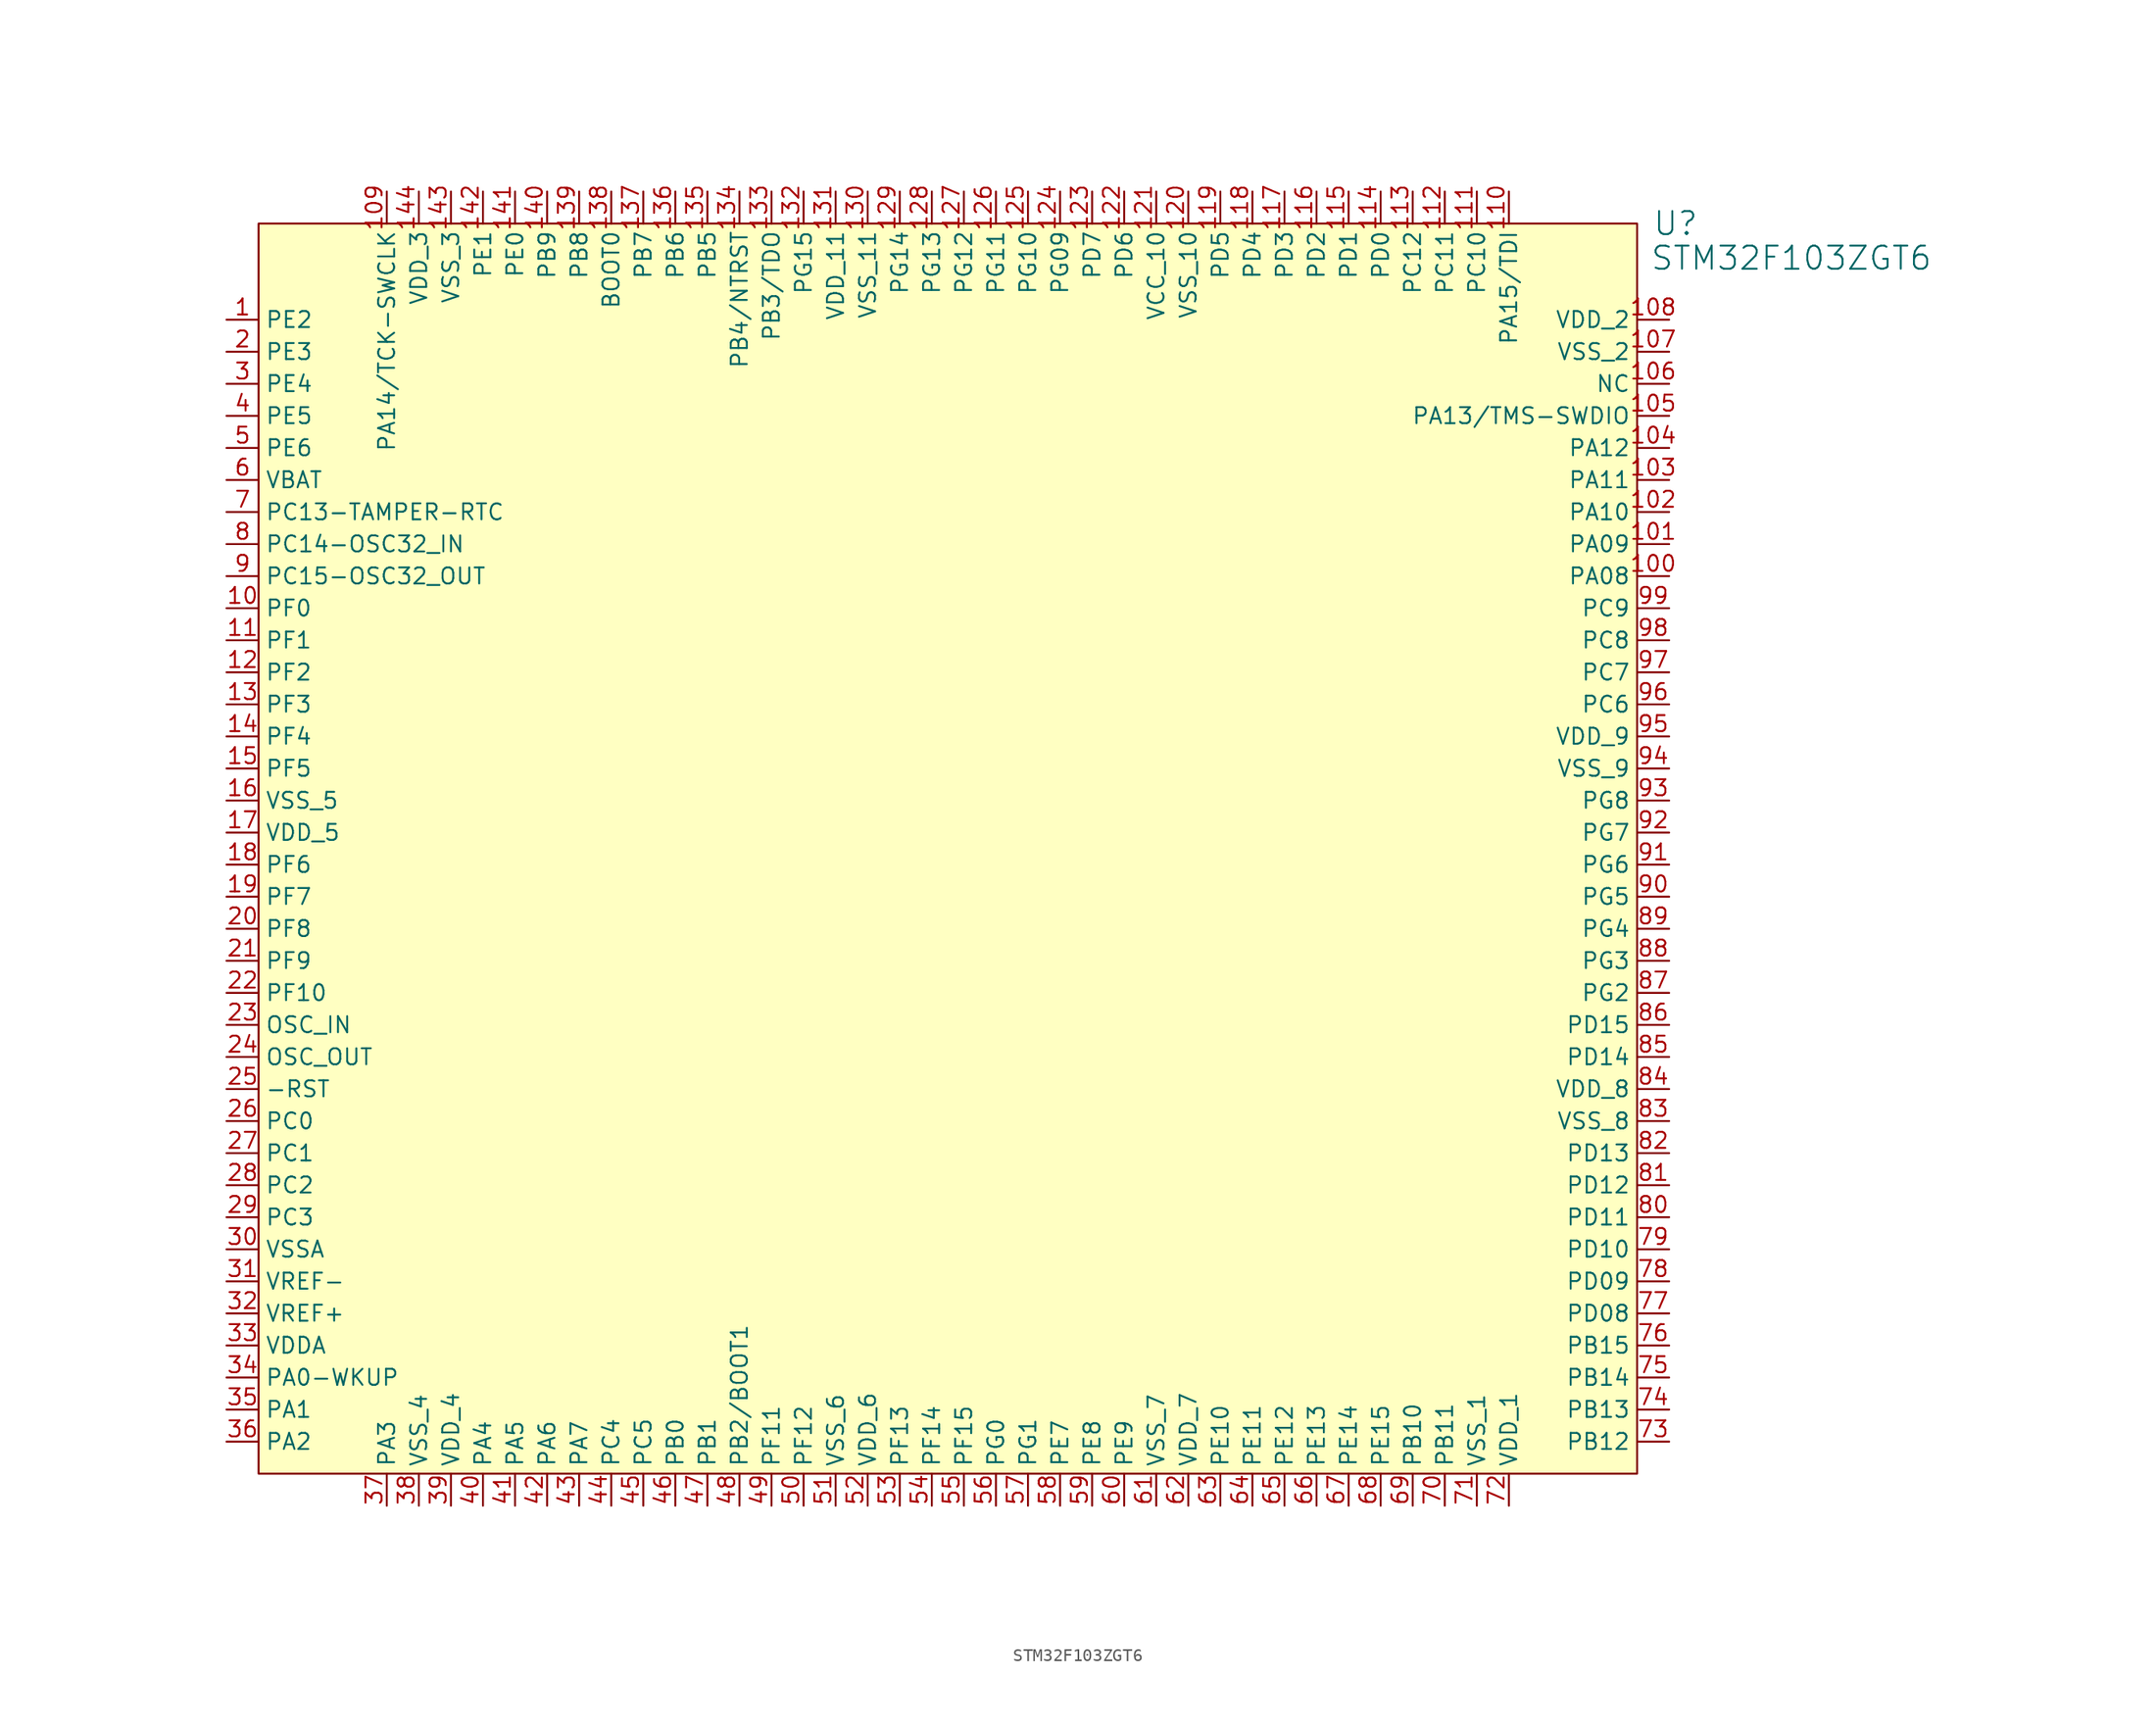
<source format=kicad_sym>
(kicad_symbol_lib
  (version 20241209)
  (generator "kicad_symbol_editor")
  (generator_version "9.0")
  (symbol "STM32F103ZGT6"
    (property "Reference" "U"
      (at 112.268 -7.62 0)
      (effects (font (size 1.829 1.829))))
    (property "Value" "STM32F103ZGT6"
      (at 110.236 -11.43 0)
      (effects (font (size 1.829 1.829)) (justify left bottom)))
    (symbol "STM32F103ZGT6_1_0"
      (rectangle (start 109.22 -7.62) (end 0 -106.68) (stroke (width 0) (type solid) (color 128 0 0 1)) (fill (type background)))
      (pin passive line (at -2.54 -15.24 0) (length 2.54) (name "PE2" (effects (font (size 1.27 1.27)))) (number "1" (effects (font (size 1.27 1.27)))))
      (pin passive line (at -2.54 -17.78 0) (length 2.54) (name "PE3" (effects (font (size 1.27 1.27)))) (number "2" (effects (font (size 1.27 1.27)))))
      (pin passive line (at -2.54 -20.32 0) (length 2.54) (name "PE4" (effects (font (size 1.27 1.27)))) (number "3" (effects (font (size 1.27 1.27)))))
      (pin passive line (at -2.54 -22.86 0) (length 2.54) (name "PE5" (effects (font (size 1.27 1.27)))) (number "4" (effects (font (size 1.27 1.27)))))
      (pin passive line (at -2.54 -25.4 0) (length 2.54) (name "PE6" (effects (font (size 1.27 1.27)))) (number "5" (effects (font (size 1.27 1.27)))))
      (pin passive line (at -2.54 -27.94 0) (length 2.54) (name "VBAT" (effects (font (size 1.27 1.27)))) (number "6" (effects (font (size 1.27 1.27)))))
      (pin passive line (at -2.54 -30.48 0) (length 2.54) (name "PC13-TAMPER-RTC" (effects (font (size 1.27 1.27)))) (number "7" (effects (font (size 1.27 1.27)))))
      (pin passive line (at -2.54 -33.02 0) (length 2.54) (name "PC14-OSC32_IN" (effects (font (size 1.27 1.27)))) (number "8" (effects (font (size 1.27 1.27)))))
      (pin passive line (at -2.54 -35.56 0) (length 2.54) (name "PC15-OSC32_OUT" (effects (font (size 1.27 1.27)))) (number "9" (effects (font (size 1.27 1.27)))))
      (pin passive line (at -2.54 -38.1 0) (length 2.54) (name "PF0" (effects (font (size 1.27 1.27)))) (number "10" (effects (font (size 1.27 1.27)))))
      (pin passive line (at -2.54 -40.64 0) (length 2.54) (name "PF1" (effects (font (size 1.27 1.27)))) (number "11" (effects (font (size 1.27 1.27)))))
      (pin passive line (at -2.54 -43.18 0) (length 2.54) (name "PF2" (effects (font (size 1.27 1.27)))) (number "12" (effects (font (size 1.27 1.27)))))
      (pin passive line (at -2.54 -45.72 0) (length 2.54) (name "PF3" (effects (font (size 1.27 1.27)))) (number "13" (effects (font (size 1.27 1.27)))))
      (pin passive line (at -2.54 -48.26 0) (length 2.54) (name "PF4" (effects (font (size 1.27 1.27)))) (number "14" (effects (font (size 1.27 1.27)))))
      (pin passive line (at -2.54 -50.8 0) (length 2.54) (name "PF5" (effects (font (size 1.27 1.27)))) (number "15" (effects (font (size 1.27 1.27)))))
      (pin passive line (at -2.54 -53.34 0) (length 2.54) (name "VSS_5" (effects (font (size 1.27 1.27)))) (number "16" (effects (font (size 1.27 1.27)))))
      (pin passive line (at -2.54 -55.88 0) (length 2.54) (name "VDD_5" (effects (font (size 1.27 1.27)))) (number "17" (effects (font (size 1.27 1.27)))))
      (pin passive line (at -2.54 -58.42 0) (length 2.54) (name "PF6" (effects (font (size 1.27 1.27)))) (number "18" (effects (font (size 1.27 1.27)))))
      (pin passive line (at -2.54 -60.96 0) (length 2.54) (name "PF7" (effects (font (size 1.27 1.27)))) (number "19" (effects (font (size 1.27 1.27)))))
      (pin passive line (at -2.54 -63.5 0) (length 2.54) (name "PF8" (effects (font (size 1.27 1.27)))) (number "20" (effects (font (size 1.27 1.27)))))
      (pin passive line (at -2.54 -66.04 0) (length 2.54) (name "PF9" (effects (font (size 1.27 1.27)))) (number "21" (effects (font (size 1.27 1.27)))))
      (pin passive line (at -2.54 -68.58 0) (length 2.54) (name "PF10" (effects (font (size 1.27 1.27)))) (number "22" (effects (font (size 1.27 1.27)))))
      (pin passive line (at -2.54 -71.12 0) (length 2.54) (name "OSC_IN" (effects (font (size 1.27 1.27)))) (number "23" (effects (font (size 1.27 1.27)))))
      (pin passive line (at -2.54 -73.66 0) (length 2.54) (name "OSC_OUT" (effects (font (size 1.27 1.27)))) (number "24" (effects (font (size 1.27 1.27)))))
      (pin passive line (at -2.54 -76.2 0) (length 2.54) (name "-RST" (effects (font (size 1.27 1.27)))) (number "25" (effects (font (size 1.27 1.27)))))
      (pin passive line (at -2.54 -78.74 0) (length 2.54) (name "PC0" (effects (font (size 1.27 1.27)))) (number "26" (effects (font (size 1.27 1.27)))))
      (pin passive line (at -2.54 -81.28 0) (length 2.54) (name "PC1" (effects (font (size 1.27 1.27)))) (number "27" (effects (font (size 1.27 1.27)))))
      (pin passive line (at -2.54 -83.82 0) (length 2.54) (name "PC2" (effects (font (size 1.27 1.27)))) (number "28" (effects (font (size 1.27 1.27)))))
      (pin passive line (at -2.54 -86.36 0) (length 2.54) (name "PC3" (effects (font (size 1.27 1.27)))) (number "29" (effects (font (size 1.27 1.27)))))
      (pin passive line (at -2.54 -88.9 0) (length 2.54) (name "VSSA" (effects (font (size 1.27 1.27)))) (number "30" (effects (font (size 1.27 1.27)))))
      (pin passive line (at -2.54 -91.44 0) (length 2.54) (name "VREF-" (effects (font (size 1.27 1.27)))) (number "31" (effects (font (size 1.27 1.27)))))
      (pin passive line (at -2.54 -93.98 0) (length 2.54) (name "VREF+" (effects (font (size 1.27 1.27)))) (number "32" (effects (font (size 1.27 1.27)))))
      (pin passive line (at -2.54 -96.52 0) (length 2.54) (name "VDDA" (effects (font (size 1.27 1.27)))) (number "33" (effects (font (size 1.27 1.27)))))
      (pin passive line (at -2.54 -99.06 0) (length 2.54) (name "PA0-WKUP" (effects (font (size 1.27 1.27)))) (number "34" (effects (font (size 1.27 1.27)))))
      (pin passive line (at -2.54 -101.6 0) (length 2.54) (name "PA1" (effects (font (size 1.27 1.27)))) (number "35" (effects (font (size 1.27 1.27)))))
      (pin passive line (at -2.54 -104.14 0) (length 2.54) (name "PA2" (effects (font (size 1.27 1.27)))) (number "36" (effects (font (size 1.27 1.27)))))
      (pin passive line (at 10.16 -5.08 270) (length 2.54) (name "PA14/TCK-SWCLK" (effects (font (size 1.27 1.27)))) (number "109" (effects (font (size 1.27 1.27)))))
      (pin passive line (at 10.16 -109.22 90) (length 2.54) (name "PA3" (effects (font (size 1.27 1.27)))) (number "37" (effects (font (size 1.27 1.27)))))
      (pin passive line (at 12.7 -5.08 270) (length 2.54) (name "VDD_3" (effects (font (size 1.27 1.27)))) (number "144" (effects (font (size 1.27 1.27)))))
      (pin passive line (at 12.7 -109.22 90) (length 2.54) (name "VSS_4" (effects (font (size 1.27 1.27)))) (number "38" (effects (font (size 1.27 1.27)))))
      (pin passive line (at 15.24 -5.08 270) (length 2.54) (name "VSS_3" (effects (font (size 1.27 1.27)))) (number "143" (effects (font (size 1.27 1.27)))))
      (pin passive line (at 15.24 -109.22 90) (length 2.54) (name "VDD_4" (effects (font (size 1.27 1.27)))) (number "39" (effects (font (size 1.27 1.27)))))
      (pin passive line (at 17.78 -5.08 270) (length 2.54) (name "PE1" (effects (font (size 1.27 1.27)))) (number "142" (effects (font (size 1.27 1.27)))))
      (pin passive line (at 17.78 -109.22 90) (length 2.54) (name "PA4" (effects (font (size 1.27 1.27)))) (number "40" (effects (font (size 1.27 1.27)))))
      (pin passive line (at 20.32 -5.08 270) (length 2.54) (name "PE0" (effects (font (size 1.27 1.27)))) (number "141" (effects (font (size 1.27 1.27)))))
      (pin passive line (at 20.32 -109.22 90) (length 2.54) (name "PA5" (effects (font (size 1.27 1.27)))) (number "41" (effects (font (size 1.27 1.27)))))
      (pin passive line (at 22.86 -5.08 270) (length 2.54) (name "PB9" (effects (font (size 1.27 1.27)))) (number "140" (effects (font (size 1.27 1.27)))))
      (pin passive line (at 22.86 -109.22 90) (length 2.54) (name "PA6" (effects (font (size 1.27 1.27)))) (number "42" (effects (font (size 1.27 1.27)))))
      (pin passive line (at 25.4 -5.08 270) (length 2.54) (name "PB8" (effects (font (size 1.27 1.27)))) (number "139" (effects (font (size 1.27 1.27)))))
      (pin passive line (at 25.4 -109.22 90) (length 2.54) (name "PA7" (effects (font (size 1.27 1.27)))) (number "43" (effects (font (size 1.27 1.27)))))
      (pin passive line (at 27.94 -5.08 270) (length 2.54) (name "BOOT0" (effects (font (size 1.27 1.27)))) (number "138" (effects (font (size 1.27 1.27)))))
      (pin passive line (at 27.94 -109.22 90) (length 2.54) (name "PC4" (effects (font (size 1.27 1.27)))) (number "44" (effects (font (size 1.27 1.27)))))
      (pin passive line (at 30.48 -5.08 270) (length 2.54) (name "PB7" (effects (font (size 1.27 1.27)))) (number "137" (effects (font (size 1.27 1.27)))))
      (pin passive line (at 30.48 -109.22 90) (length 2.54) (name "PC5" (effects (font (size 1.27 1.27)))) (number "45" (effects (font (size 1.27 1.27)))))
      (pin passive line (at 33.02 -5.08 270) (length 2.54) (name "PB6" (effects (font (size 1.27 1.27)))) (number "136" (effects (font (size 1.27 1.27)))))
      (pin passive line (at 33.02 -109.22 90) (length 2.54) (name "PB0" (effects (font (size 1.27 1.27)))) (number "46" (effects (font (size 1.27 1.27)))))
      (pin passive line (at 35.56 -5.08 270) (length 2.54) (name "PB5" (effects (font (size 1.27 1.27)))) (number "135" (effects (font (size 1.27 1.27)))))
      (pin passive line (at 35.56 -109.22 90) (length 2.54) (name "PB1" (effects (font (size 1.27 1.27)))) (number "47" (effects (font (size 1.27 1.27)))))
      (pin passive line (at 38.1 -5.08 270) (length 2.54) (name "PB4/NTRST" (effects (font (size 1.27 1.27)))) (number "134" (effects (font (size 1.27 1.27)))))
      (pin passive line (at 38.1 -109.22 90) (length 2.54) (name "PB2/BOOT1" (effects (font (size 1.27 1.27)))) (number "48" (effects (font (size 1.27 1.27)))))
      (pin passive line (at 40.64 -5.08 270) (length 2.54) (name "PB3/TDO" (effects (font (size 1.27 1.27)))) (number "133" (effects (font (size 1.27 1.27)))))
      (pin passive line (at 40.64 -109.22 90) (length 2.54) (name "PF11" (effects (font (size 1.27 1.27)))) (number "49" (effects (font (size 1.27 1.27)))))
      (pin passive line (at 43.18 -5.08 270) (length 2.54) (name "PG15" (effects (font (size 1.27 1.27)))) (number "132" (effects (font (size 1.27 1.27)))))
      (pin passive line (at 43.18 -109.22 90) (length 2.54) (name "PF12" (effects (font (size 1.27 1.27)))) (number "50" (effects (font (size 1.27 1.27)))))
      (pin passive line (at 45.72 -5.08 270) (length 2.54) (name "VDD_11" (effects (font (size 1.27 1.27)))) (number "131" (effects (font (size 1.27 1.27)))))
      (pin passive line (at 45.72 -109.22 90) (length 2.54) (name "VSS_6" (effects (font (size 1.27 1.27)))) (number "51" (effects (font (size 1.27 1.27)))))
      (pin passive line (at 48.26 -5.08 270) (length 2.54) (name "VSS_11" (effects (font (size 1.27 1.27)))) (number "130" (effects (font (size 1.27 1.27)))))
      (pin passive line (at 48.26 -109.22 90) (length 2.54) (name "VDD_6" (effects (font (size 1.27 1.27)))) (number "52" (effects (font (size 1.27 1.27)))))
      (pin passive line (at 50.8 -5.08 270) (length 2.54) (name "PG14" (effects (font (size 1.27 1.27)))) (number "129" (effects (font (size 1.27 1.27)))))
      (pin passive line (at 50.8 -109.22 90) (length 2.54) (name "PF13" (effects (font (size 1.27 1.27)))) (number "53" (effects (font (size 1.27 1.27)))))
      (pin passive line (at 53.34 -5.08 270) (length 2.54) (name "PG13" (effects (font (size 1.27 1.27)))) (number "128" (effects (font (size 1.27 1.27)))))
      (pin passive line (at 53.34 -109.22 90) (length 2.54) (name "PF14" (effects (font (size 1.27 1.27)))) (number "54" (effects (font (size 1.27 1.27)))))
      (pin passive line (at 55.88 -5.08 270) (length 2.54) (name "PG12" (effects (font (size 1.27 1.27)))) (number "127" (effects (font (size 1.27 1.27)))))
      (pin passive line (at 55.88 -109.22 90) (length 2.54) (name "PF15" (effects (font (size 1.27 1.27)))) (number "55" (effects (font (size 1.27 1.27)))))
      (pin passive line (at 58.42 -5.08 270) (length 2.54) (name "PG11" (effects (font (size 1.27 1.27)))) (number "126" (effects (font (size 1.27 1.27)))))
      (pin passive line (at 58.42 -109.22 90) (length 2.54) (name "PG0" (effects (font (size 1.27 1.27)))) (number "56" (effects (font (size 1.27 1.27)))))
      (pin passive line (at 60.96 -5.08 270) (length 2.54) (name "PG10" (effects (font (size 1.27 1.27)))) (number "125" (effects (font (size 1.27 1.27)))))
      (pin passive line (at 60.96 -109.22 90) (length 2.54) (name "PG1" (effects (font (size 1.27 1.27)))) (number "57" (effects (font (size 1.27 1.27)))))
      (pin passive line (at 63.5 -5.08 270) (length 2.54) (name "PG09" (effects (font (size 1.27 1.27)))) (number "124" (effects (font (size 1.27 1.27)))))
      (pin passive line (at 63.5 -109.22 90) (length 2.54) (name "PE7" (effects (font (size 1.27 1.27)))) (number "58" (effects (font (size 1.27 1.27)))))
      (pin passive line (at 66.04 -5.08 270) (length 2.54) (name "PD7" (effects (font (size 1.27 1.27)))) (number "123" (effects (font (size 1.27 1.27)))))
      (pin passive line (at 66.04 -109.22 90) (length 2.54) (name "PE8" (effects (font (size 1.27 1.27)))) (number "59" (effects (font (size 1.27 1.27)))))
      (pin passive line (at 68.58 -5.08 270) (length 2.54) (name "PD6" (effects (font (size 1.27 1.27)))) (number "122" (effects (font (size 1.27 1.27)))))
      (pin passive line (at 68.58 -109.22 90) (length 2.54) (name "PE9" (effects (font (size 1.27 1.27)))) (number "60" (effects (font (size 1.27 1.27)))))
      (pin passive line (at 71.12 -5.08 270) (length 2.54) (name "VCC_10" (effects (font (size 1.27 1.27)))) (number "121" (effects (font (size 1.27 1.27)))))
      (pin passive line (at 71.12 -109.22 90) (length 2.54) (name "VSS_7" (effects (font (size 1.27 1.27)))) (number "61" (effects (font (size 1.27 1.27)))))
      (pin passive line (at 73.66 -5.08 270) (length 2.54) (name "VSS_10" (effects (font (size 1.27 1.27)))) (number "120" (effects (font (size 1.27 1.27)))))
      (pin passive line (at 73.66 -109.22 90) (length 2.54) (name "VDD_7" (effects (font (size 1.27 1.27)))) (number "62" (effects (font (size 1.27 1.27)))))
      (pin passive line (at 76.2 -5.08 270) (length 2.54) (name "PD5" (effects (font (size 1.27 1.27)))) (number "119" (effects (font (size 1.27 1.27)))))
      (pin passive line (at 76.2 -109.22 90) (length 2.54) (name "PE10" (effects (font (size 1.27 1.27)))) (number "63" (effects (font (size 1.27 1.27)))))
      (pin passive line (at 78.74 -5.08 270) (length 2.54) (name "PD4" (effects (font (size 1.27 1.27)))) (number "118" (effects (font (size 1.27 1.27)))))
      (pin passive line (at 78.74 -109.22 90) (length 2.54) (name "PE11" (effects (font (size 1.27 1.27)))) (number "64" (effects (font (size 1.27 1.27)))))
      (pin passive line (at 81.28 -5.08 270) (length 2.54) (name "PD3" (effects (font (size 1.27 1.27)))) (number "117" (effects (font (size 1.27 1.27)))))
      (pin passive line (at 81.28 -109.22 90) (length 2.54) (name "PE12" (effects (font (size 1.27 1.27)))) (number "65" (effects (font (size 1.27 1.27)))))
      (pin passive line (at 83.82 -5.08 270) (length 2.54) (name "PD2" (effects (font (size 1.27 1.27)))) (number "116" (effects (font (size 1.27 1.27)))))
      (pin passive line (at 83.82 -109.22 90) (length 2.54) (name "PE13" (effects (font (size 1.27 1.27)))) (number "66" (effects (font (size 1.27 1.27)))))
      (pin passive line (at 86.36 -5.08 270) (length 2.54) (name "PD1" (effects (font (size 1.27 1.27)))) (number "115" (effects (font (size 1.27 1.27)))))
      (pin passive line (at 86.36 -109.22 90) (length 2.54) (name "PE14" (effects (font (size 1.27 1.27)))) (number "67" (effects (font (size 1.27 1.27)))))
      (pin passive line (at 88.9 -5.08 270) (length 2.54) (name "PD0" (effects (font (size 1.27 1.27)))) (number "114" (effects (font (size 1.27 1.27)))))
      (pin passive line (at 88.9 -109.22 90) (length 2.54) (name "PE15" (effects (font (size 1.27 1.27)))) (number "68" (effects (font (size 1.27 1.27)))))
      (pin passive line (at 91.44 -5.08 270) (length 2.54) (name "PC12" (effects (font (size 1.27 1.27)))) (number "113" (effects (font (size 1.27 1.27)))))
      (pin passive line (at 91.44 -109.22 90) (length 2.54) (name "PB10" (effects (font (size 1.27 1.27)))) (number "69" (effects (font (size 1.27 1.27)))))
      (pin passive line (at 93.98 -5.08 270) (length 2.54) (name "PC11" (effects (font (size 1.27 1.27)))) (number "112" (effects (font (size 1.27 1.27)))))
      (pin passive line (at 93.98 -109.22 90) (length 2.54) (name "PB11" (effects (font (size 1.27 1.27)))) (number "70" (effects (font (size 1.27 1.27)))))
      (pin passive line (at 96.52 -5.08 270) (length 2.54) (name "PC10" (effects (font (size 1.27 1.27)))) (number "111" (effects (font (size 1.27 1.27)))))
      (pin passive line (at 96.52 -109.22 90) (length 2.54) (name "VSS_1" (effects (font (size 1.27 1.27)))) (number "71" (effects (font (size 1.27 1.27)))))
      (pin passive line (at 99.06 -5.08 270) (length 2.54) (name "PA15/TDI" (effects (font (size 1.27 1.27)))) (number "110" (effects (font (size 1.27 1.27)))))
      (pin passive line (at 99.06 -109.22 90) (length 2.54) (name "VDD_1" (effects (font (size 1.27 1.27)))) (number "72" (effects (font (size 1.27 1.27)))))
      (pin passive line (at 111.76 -15.24 180) (length 2.54) (name "VDD_2" (effects (font (size 1.27 1.27)))) (number "108" (effects (font (size 1.27 1.27)))))
      (pin passive line (at 111.76 -17.78 180) (length 2.54) (name "VSS_2" (effects (font (size 1.27 1.27)))) (number "107" (effects (font (size 1.27 1.27)))))
      (pin passive line (at 111.76 -20.32 180) (length 2.54) (name "NC" (effects (font (size 1.27 1.27)))) (number "106" (effects (font (size 1.27 1.27)))))
      (pin passive line (at 111.76 -22.86 180) (length 2.54) (name "PA13/TMS-SWDIO" (effects (font (size 1.27 1.27)))) (number "105" (effects (font (size 1.27 1.27)))))
      (pin passive line (at 111.76 -25.4 180) (length 2.54) (name "PA12" (effects (font (size 1.27 1.27)))) (number "104" (effects (font (size 1.27 1.27)))))
      (pin passive line (at 111.76 -27.94 180) (length 2.54) (name "PA11" (effects (font (size 1.27 1.27)))) (number "103" (effects (font (size 1.27 1.27)))))
      (pin passive line (at 111.76 -30.48 180) (length 2.54) (name "PA10" (effects (font (size 1.27 1.27)))) (number "102" (effects (font (size 1.27 1.27)))))
      (pin passive line (at 111.76 -33.02 180) (length 2.54) (name "PA09" (effects (font (size 1.27 1.27)))) (number "101" (effects (font (size 1.27 1.27)))))
      (pin passive line (at 111.76 -35.56 180) (length 2.54) (name "PA08" (effects (font (size 1.27 1.27)))) (number "100" (effects (font (size 1.27 1.27)))))
      (pin passive line (at 111.76 -38.1 180) (length 2.54) (name "PC9" (effects (font (size 1.27 1.27)))) (number "99" (effects (font (size 1.27 1.27)))))
      (pin passive line (at 111.76 -40.64 180) (length 2.54) (name "PC8" (effects (font (size 1.27 1.27)))) (number "98" (effects (font (size 1.27 1.27)))))
      (pin passive line (at 111.76 -43.18 180) (length 2.54) (name "PC7" (effects (font (size 1.27 1.27)))) (number "97" (effects (font (size 1.27 1.27)))))
      (pin passive line (at 111.76 -45.72 180) (length 2.54) (name "PC6" (effects (font (size 1.27 1.27)))) (number "96" (effects (font (size 1.27 1.27)))))
      (pin passive line (at 111.76 -48.26 180) (length 2.54) (name "VDD_9" (effects (font (size 1.27 1.27)))) (number "95" (effects (font (size 1.27 1.27)))))
      (pin passive line (at 111.76 -50.8 180) (length 2.54) (name "VSS_9" (effects (font (size 1.27 1.27)))) (number "94" (effects (font (size 1.27 1.27)))))
      (pin passive line (at 111.76 -53.34 180) (length 2.54) (name "PG8" (effects (font (size 1.27 1.27)))) (number "93" (effects (font (size 1.27 1.27)))))
      (pin passive line (at 111.76 -55.88 180) (length 2.54) (name "PG7" (effects (font (size 1.27 1.27)))) (number "92" (effects (font (size 1.27 1.27)))))
      (pin passive line (at 111.76 -58.42 180) (length 2.54) (name "PG6" (effects (font (size 1.27 1.27)))) (number "91" (effects (font (size 1.27 1.27)))))
      (pin passive line (at 111.76 -60.96 180) (length 2.54) (name "PG5" (effects (font (size 1.27 1.27)))) (number "90" (effects (font (size 1.27 1.27)))))
      (pin passive line (at 111.76 -63.5 180) (length 2.54) (name "PG4" (effects (font (size 1.27 1.27)))) (number "89" (effects (font (size 1.27 1.27)))))
      (pin passive line (at 111.76 -66.04 180) (length 2.54) (name "PG3" (effects (font (size 1.27 1.27)))) (number "88" (effects (font (size 1.27 1.27)))))
      (pin passive line (at 111.76 -68.58 180) (length 2.54) (name "PG2" (effects (font (size 1.27 1.27)))) (number "87" (effects (font (size 1.27 1.27)))))
      (pin passive line (at 111.76 -71.12 180) (length 2.54) (name "PD15" (effects (font (size 1.27 1.27)))) (number "86" (effects (font (size 1.27 1.27)))))
      (pin passive line (at 111.76 -73.66 180) (length 2.54) (name "PD14" (effects (font (size 1.27 1.27)))) (number "85" (effects (font (size 1.27 1.27)))))
      (pin passive line (at 111.76 -76.2 180) (length 2.54) (name "VDD_8" (effects (font (size 1.27 1.27)))) (number "84" (effects (font (size 1.27 1.27)))))
      (pin passive line (at 111.76 -78.74 180) (length 2.54) (name "VSS_8" (effects (font (size 1.27 1.27)))) (number "83" (effects (font (size 1.27 1.27)))))
      (pin passive line (at 111.76 -81.28 180) (length 2.54) (name "PD13" (effects (font (size 1.27 1.27)))) (number "82" (effects (font (size 1.27 1.27)))))
      (pin passive line (at 111.76 -83.82 180) (length 2.54) (name "PD12" (effects (font (size 1.27 1.27)))) (number "81" (effects (font (size 1.27 1.27)))))
      (pin passive line (at 111.76 -86.36 180) (length 2.54) (name "PD11" (effects (font (size 1.27 1.27)))) (number "80" (effects (font (size 1.27 1.27)))))
      (pin passive line (at 111.76 -88.9 180) (length 2.54) (name "PD10" (effects (font (size 1.27 1.27)))) (number "79" (effects (font (size 1.27 1.27)))))
      (pin passive line (at 111.76 -91.44 180) (length 2.54) (name "PD09" (effects (font (size 1.27 1.27)))) (number "78" (effects (font (size 1.27 1.27)))))
      (pin passive line (at 111.76 -93.98 180) (length 2.54) (name "PD08" (effects (font (size 1.27 1.27)))) (number "77" (effects (font (size 1.27 1.27)))))
      (pin passive line (at 111.76 -96.52 180) (length 2.54) (name "PB15" (effects (font (size 1.27 1.27)))) (number "76" (effects (font (size 1.27 1.27)))))
      (pin passive line (at 111.76 -99.06 180) (length 2.54) (name "PB14" (effects (font (size 1.27 1.27)))) (number "75" (effects (font (size 1.27 1.27)))))
      (pin passive line (at 111.76 -101.6 180) (length 2.54) (name "PB13" (effects (font (size 1.27 1.27)))) (number "74" (effects (font (size 1.27 1.27)))))
      (pin passive line (at 111.76 -104.14 180) (length 2.54) (name "PB12" (effects (font (size 1.27 1.27)))) (number "73" (effects (font (size 1.27 1.27))))))))
</source>
